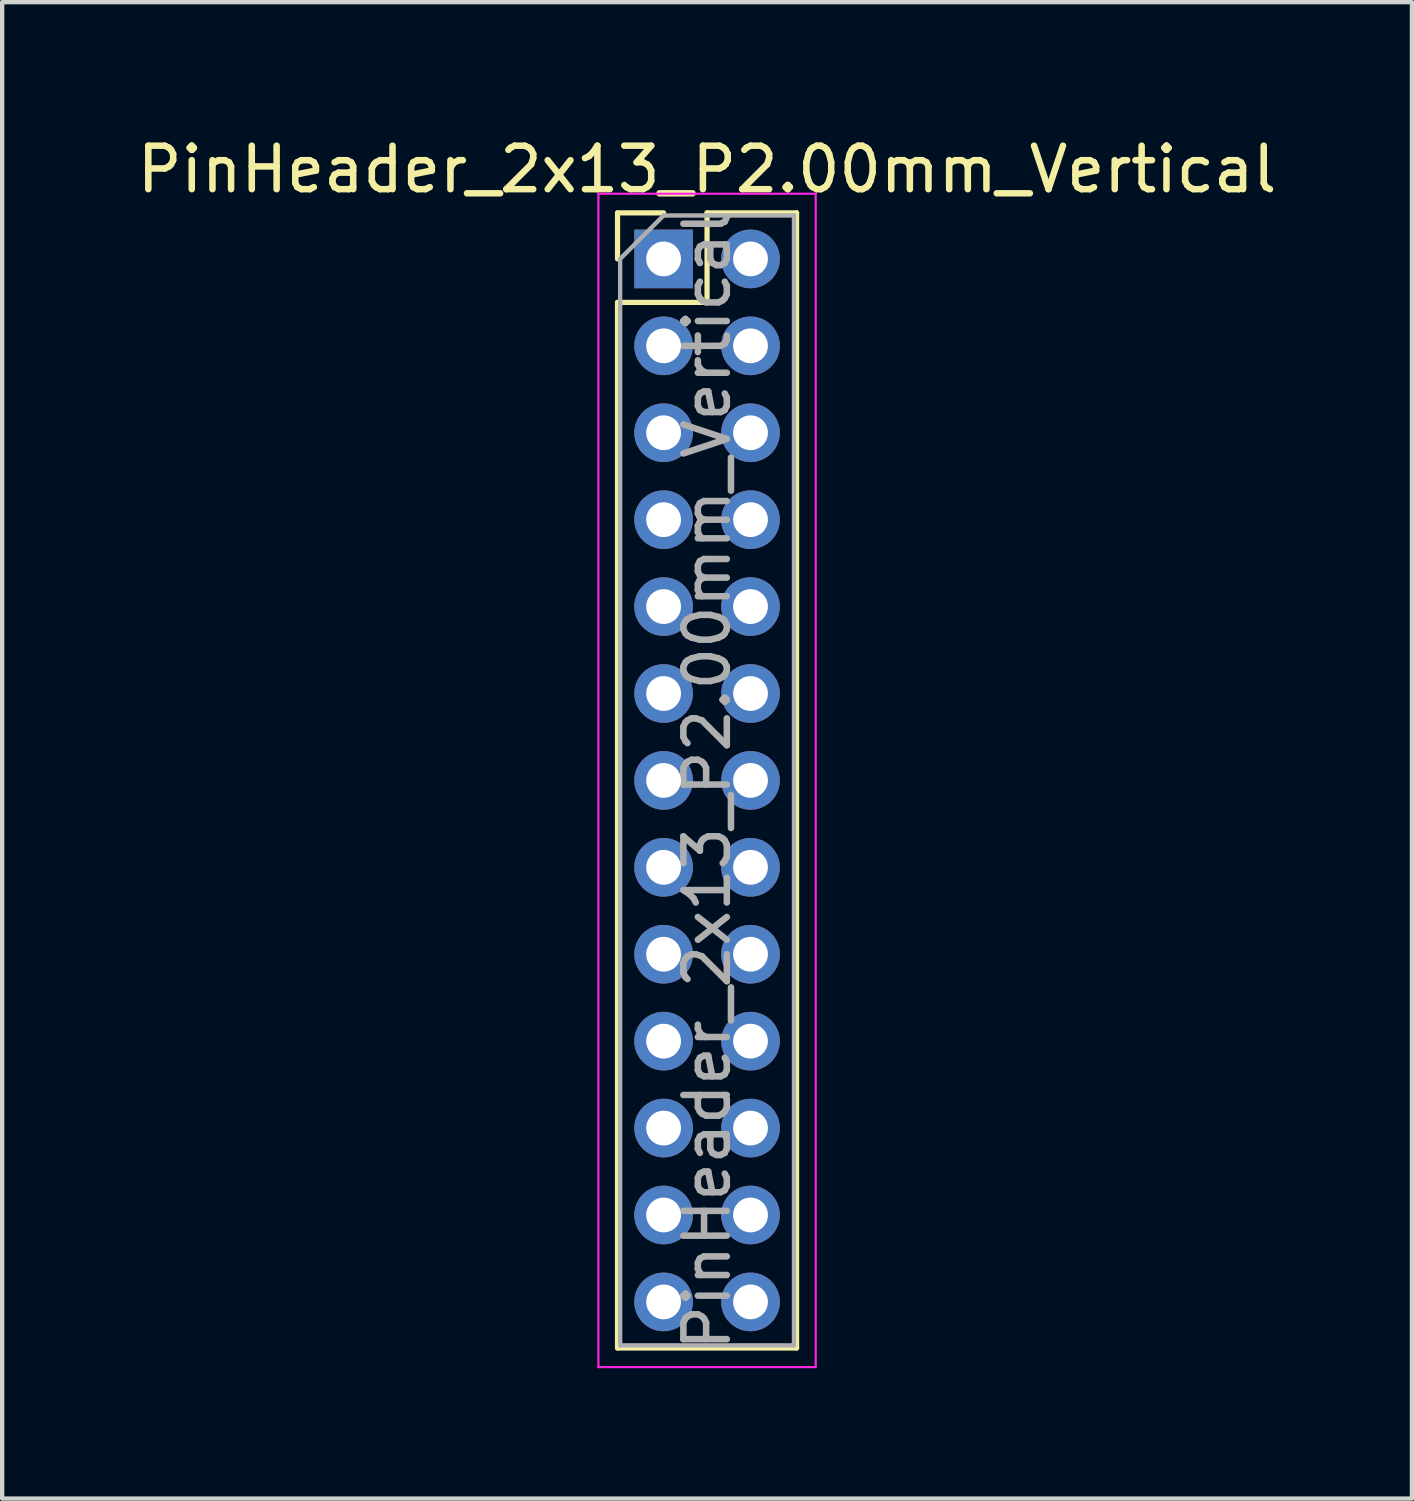
<source format=kicad_pcb>
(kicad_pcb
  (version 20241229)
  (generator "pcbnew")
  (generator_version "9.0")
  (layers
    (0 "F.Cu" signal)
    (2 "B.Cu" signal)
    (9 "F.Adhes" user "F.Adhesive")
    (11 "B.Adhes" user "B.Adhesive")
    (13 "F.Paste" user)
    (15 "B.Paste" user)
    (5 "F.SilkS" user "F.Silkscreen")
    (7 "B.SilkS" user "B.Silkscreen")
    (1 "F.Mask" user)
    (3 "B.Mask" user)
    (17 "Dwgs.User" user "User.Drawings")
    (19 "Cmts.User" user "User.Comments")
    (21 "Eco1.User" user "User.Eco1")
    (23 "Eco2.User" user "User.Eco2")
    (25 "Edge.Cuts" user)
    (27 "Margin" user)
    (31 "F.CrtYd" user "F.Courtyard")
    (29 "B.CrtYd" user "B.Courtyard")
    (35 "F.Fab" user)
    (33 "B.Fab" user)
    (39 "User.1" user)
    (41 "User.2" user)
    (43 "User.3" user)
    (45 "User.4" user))
  (footprint "PinHeader_2x13_P2.00mm_Vertical"
    (layer "F.Cu")
    (at 12.22 2.908)
    (property "Reference" "PinHeader_2x13_P2.00mm_Vertical" (at 1 -2.06 0) (layer "F.SilkS") (effects (font (size 1 1) (thickness 0.15))))
    (attr through_hole)
    (fp_line (start -1.06 -1.06) (end 0 -1.06) (stroke (width 0.12) (type solid)) (layer "F.SilkS"))
    (fp_line (start -1.06 0) (end -1.06 -1.06) (stroke (width 0.12) (type solid)) (layer "F.SilkS"))
    (fp_line (start -1.06 1) (end -1.06 25.06) (stroke (width 0.12) (type solid)) (layer "F.SilkS"))
    (fp_line (start -1.06 1) (end 1 1) (stroke (width 0.12) (type solid)) (layer "F.SilkS"))
    (fp_line (start -1.06 25.06) (end 3.06 25.06) (stroke (width 0.12) (type solid)) (layer "F.SilkS"))
    (fp_line (start 1 -1.06) (end 3.06 -1.06) (stroke (width 0.12) (type solid)) (layer "F.SilkS"))
    (fp_line (start 1 1) (end 1 -1.06) (stroke (width 0.12) (type solid)) (layer "F.SilkS"))
    (fp_line (start 3.06 -1.06) (end 3.06 25.06) (stroke (width 0.12) (type solid)) (layer "F.SilkS"))
    (fp_line (start -1.5 -1.5) (end -1.5 25.5) (stroke (width 0.05) (type solid)) (layer "F.CrtYd"))
    (fp_line (start -1.5 25.5) (end 3.5 25.5) (stroke (width 0.05) (type solid)) (layer "F.CrtYd"))
    (fp_line (start 3.5 -1.5) (end -1.5 -1.5) (stroke (width 0.05) (type solid)) (layer "F.CrtYd"))
    (fp_line (start 3.5 25.5) (end 3.5 -1.5) (stroke (width 0.05) (type solid)) (layer "F.CrtYd"))
    (fp_line (start -1 0) (end 0 -1) (stroke (width 0.1) (type solid)) (layer "F.Fab"))
    (fp_line (start -1 25) (end -1 0) (stroke (width 0.1) (type solid)) (layer "F.Fab"))
    (fp_line (start 0 -1) (end 3 -1) (stroke (width 0.1) (type solid)) (layer "F.Fab"))
    (fp_line (start 3 -1) (end 3 25) (stroke (width 0.1) (type solid)) (layer "F.Fab"))
    (fp_line (start 3 25) (end -1 25) (stroke (width 0.1) (type solid)) (layer "F.Fab"))
    (fp_text user "${REFERENCE}" (at 1 12 90) (layer "F.Fab") (effects (font (size 1 1) (thickness 0.15))))
    (pad "1" thru_hole rect (at 0 0) (size 1.35 1.35) (drill 0.8) (layers "*.Cu" "*.Mask"))
    (pad "2" thru_hole oval (at 2 0) (size 1.35 1.35) (drill 0.8) (layers "*.Cu" "*.Mask"))
    (pad "3" thru_hole oval (at 0 2) (size 1.35 1.35) (drill 0.8) (layers "*.Cu" "*.Mask"))
    (pad "4" thru_hole oval (at 2 2) (size 1.35 1.35) (drill 0.8) (layers "*.Cu" "*.Mask"))
    (pad "5" thru_hole oval (at 0 4) (size 1.35 1.35) (drill 0.8) (layers "*.Cu" "*.Mask"))
    (pad "6" thru_hole oval (at 2 4) (size 1.35 1.35) (drill 0.8) (layers "*.Cu" "*.Mask"))
    (pad "7" thru_hole oval (at 0 6) (size 1.35 1.35) (drill 0.8) (layers "*.Cu" "*.Mask"))
    (pad "8" thru_hole oval (at 2 6) (size 1.35 1.35) (drill 0.8) (layers "*.Cu" "*.Mask"))
    (pad "9" thru_hole oval (at 0 8) (size 1.35 1.35) (drill 0.8) (layers "*.Cu" "*.Mask"))
    (pad "10" thru_hole oval (at 2 8) (size 1.35 1.35) (drill 0.8) (layers "*.Cu" "*.Mask"))
    (pad "11" thru_hole oval (at 0 10) (size 1.35 1.35) (drill 0.8) (layers "*.Cu" "*.Mask"))
    (pad "12" thru_hole oval (at 2 10) (size 1.35 1.35) (drill 0.8) (layers "*.Cu" "*.Mask"))
    (pad "13" thru_hole oval (at 0 12) (size 1.35 1.35) (drill 0.8) (layers "*.Cu" "*.Mask"))
    (pad "14" thru_hole oval (at 2 12) (size 1.35 1.35) (drill 0.8) (layers "*.Cu" "*.Mask"))
    (pad "15" thru_hole oval (at 0 14) (size 1.35 1.35) (drill 0.8) (layers "*.Cu" "*.Mask"))
    (pad "16" thru_hole oval (at 2 14) (size 1.35 1.35) (drill 0.8) (layers "*.Cu" "*.Mask"))
    (pad "17" thru_hole oval (at 0 16) (size 1.35 1.35) (drill 0.8) (layers "*.Cu" "*.Mask"))
    (pad "18" thru_hole oval (at 2 16) (size 1.35 1.35) (drill 0.8) (layers "*.Cu" "*.Mask"))
    (pad "19" thru_hole oval (at 0 18) (size 1.35 1.35) (drill 0.8) (layers "*.Cu" "*.Mask"))
    (pad "20" thru_hole oval (at 2 18) (size 1.35 1.35) (drill 0.8) (layers "*.Cu" "*.Mask"))
    (pad "21" thru_hole oval (at 0 20) (size 1.35 1.35) (drill 0.8) (layers "*.Cu" "*.Mask"))
    (pad "22" thru_hole oval (at 2 20) (size 1.35 1.35) (drill 0.8) (layers "*.Cu" "*.Mask"))
    (pad "23" thru_hole oval (at 0 22) (size 1.35 1.35) (drill 0.8) (layers "*.Cu" "*.Mask"))
    (pad "24" thru_hole oval (at 2 22) (size 1.35 1.35) (drill 0.8) (layers "*.Cu" "*.Mask"))
    (pad "25" thru_hole oval (at 0 24) (size 1.35 1.35) (drill 0.8) (layers "*.Cu" "*.Mask"))
    (pad "26" thru_hole oval (at 2 24) (size 1.35 1.35) (drill 0.8) (layers "*.Cu" "*.Mask")))
  (gr_rect
    (start -3 -3)
    (end 29.44 31.433)
    (stroke (width 0.1) (type default))
    (fill no)
    (layer "Edge.Cuts")))
</source>
